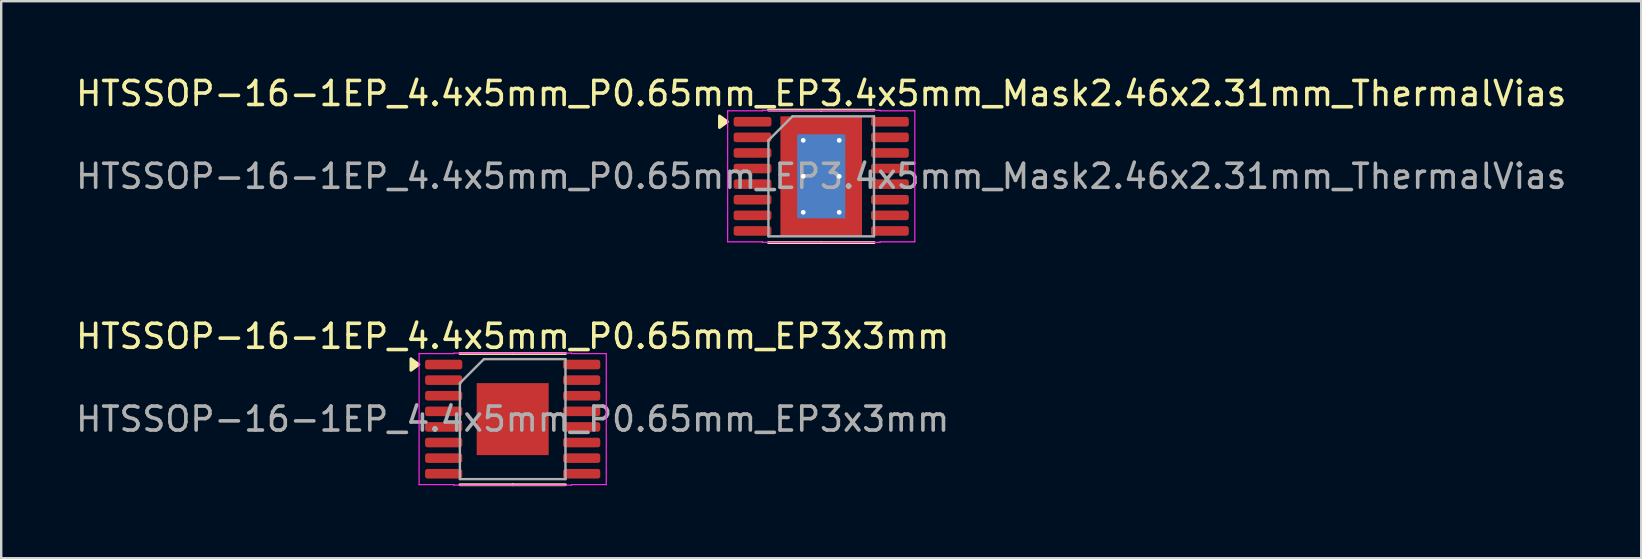
<source format=kicad_pcb>
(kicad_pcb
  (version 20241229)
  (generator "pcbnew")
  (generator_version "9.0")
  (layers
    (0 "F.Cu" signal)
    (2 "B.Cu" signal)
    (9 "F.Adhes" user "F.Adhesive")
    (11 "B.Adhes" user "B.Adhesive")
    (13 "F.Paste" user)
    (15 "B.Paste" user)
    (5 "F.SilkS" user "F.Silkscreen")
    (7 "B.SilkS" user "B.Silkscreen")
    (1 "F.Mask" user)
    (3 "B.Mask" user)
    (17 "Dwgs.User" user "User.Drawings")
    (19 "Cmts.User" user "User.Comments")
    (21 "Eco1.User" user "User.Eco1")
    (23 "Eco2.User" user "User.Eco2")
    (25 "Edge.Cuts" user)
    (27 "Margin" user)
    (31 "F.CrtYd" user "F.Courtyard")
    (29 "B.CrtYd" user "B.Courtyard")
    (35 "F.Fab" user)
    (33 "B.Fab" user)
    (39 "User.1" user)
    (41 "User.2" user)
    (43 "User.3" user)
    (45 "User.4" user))
  (footprint "HTSSOP-16-1EP_4.4x5mm_P0.65mm_EP3.4x5mm_Mask2.46x2.31mm_ThermalVias"
    (layer "F.Cu")
    (at 31.173 4.298)
    (property "Reference" "HTSSOP-16-1EP_4.4x5mm_P0.65mm_EP3.4x5mm_Mask2.46x2.31mm_ThermalVias" (at 0 -3.45 0) (layer "F.SilkS") (effects (font (size 1 1) (thickness 0.15))))
    (attr smd)
    (fp_line (start 0 -2.76) (end -2.2 -2.76) (stroke (width 0.12) (type solid)) (layer "F.SilkS"))
    (fp_line (start 0 -2.76) (end 2.2 -2.76) (stroke (width 0.12) (type solid)) (layer "F.SilkS"))
    (fp_line (start 0 2.76) (end -2.2 2.76) (stroke (width 0.12) (type solid)) (layer "F.SilkS"))
    (fp_line (start 0 2.76) (end 2.2 2.76) (stroke (width 0.12) (type solid)) (layer "F.SilkS"))
    (fp_poly (pts (xy -3.91 -2.275) (xy -4.24 -2.035) (xy -4.24 -2.515)) (stroke (width 0.12) (type solid)) (fill yes) (layer "F.SilkS"))
    (fp_line (start -3.9 -2.73) (end -2.45 -2.73) (stroke (width 0.05) (type solid)) (layer "F.CrtYd"))
    (fp_line (start -3.9 2.73) (end -3.9 -2.73) (stroke (width 0.05) (type solid)) (layer "F.CrtYd"))
    (fp_line (start -2.45 -2.75) (end 2.45 -2.75) (stroke (width 0.05) (type solid)) (layer "F.CrtYd"))
    (fp_line (start -2.45 -2.73) (end -2.45 -2.75) (stroke (width 0.05) (type solid)) (layer "F.CrtYd"))
    (fp_line (start -2.45 2.73) (end -3.9 2.73) (stroke (width 0.05) (type solid)) (layer "F.CrtYd"))
    (fp_line (start -2.45 2.75) (end -2.45 2.73) (stroke (width 0.05) (type solid)) (layer "F.CrtYd"))
    (fp_line (start 2.45 -2.75) (end 2.45 -2.73) (stroke (width 0.05) (type solid)) (layer "F.CrtYd"))
    (fp_line (start 2.45 -2.73) (end 3.9 -2.73) (stroke (width 0.05) (type solid)) (layer "F.CrtYd"))
    (fp_line (start 2.45 2.73) (end 2.45 2.75) (stroke (width 0.05) (type solid)) (layer "F.CrtYd"))
    (fp_line (start 2.45 2.75) (end -2.45 2.75) (stroke (width 0.05) (type solid)) (layer "F.CrtYd"))
    (fp_line (start 3.9 -2.73) (end 3.9 2.73) (stroke (width 0.05) (type solid)) (layer "F.CrtYd"))
    (fp_line (start 3.9 2.73) (end 2.45 2.73) (stroke (width 0.05) (type solid)) (layer "F.CrtYd"))
    (fp_line (start -2.2 -1.5) (end -1.2 -2.5) (stroke (width 0.1) (type solid)) (layer "F.Fab"))
    (fp_line (start -2.2 2.5) (end -2.2 -1.5) (stroke (width 0.1) (type solid)) (layer "F.Fab"))
    (fp_line (start -1.2 -2.5) (end 2.2 -2.5) (stroke (width 0.1) (type solid)) (layer "F.Fab"))
    (fp_line (start 2.2 -2.5) (end 2.2 2.5) (stroke (width 0.1) (type solid)) (layer "F.Fab"))
    (fp_line (start 2.2 2.5) (end -2.2 2.5) (stroke (width 0.1) (type solid)) (layer "F.Fab"))
    (fp_text user "${REFERENCE}" (at 0 0 0) (layer "F.Fab") (effects (font (size 1 1) (thickness 0.15))))
    (pad "" smd roundrect (at 0 -0.58) (size 1.98 0.93) (layers "F.Paste") (roundrect_rratio 0.25))
    (pad "" smd rect (at 0 0) (size 2.46 2.31) (layers "F.Mask"))
    (pad "" smd roundrect (at 0 0.58) (size 1.98 0.93) (layers "F.Paste") (roundrect_rratio 0.25))
    (pad "1" smd roundrect (at -2.862 -2.275) (size 1.575 0.4) (layers "F.Cu" "F.Mask" "F.Paste") (roundrect_rratio 0.25))
    (pad "2" smd roundrect (at -2.862 -1.625) (size 1.575 0.4) (layers "F.Cu" "F.Mask" "F.Paste") (roundrect_rratio 0.25))
    (pad "3" smd roundrect (at -2.862 -0.975) (size 1.575 0.4) (layers "F.Cu" "F.Mask" "F.Paste") (roundrect_rratio 0.25))
    (pad "4" smd roundrect (at -2.862 -0.325) (size 1.575 0.4) (layers "F.Cu" "F.Mask" "F.Paste") (roundrect_rratio 0.25))
    (pad "5" smd roundrect (at -2.862 0.325) (size 1.575 0.4) (layers "F.Cu" "F.Mask" "F.Paste") (roundrect_rratio 0.25))
    (pad "6" smd roundrect (at -2.862 0.975) (size 1.575 0.4) (layers "F.Cu" "F.Mask" "F.Paste") (roundrect_rratio 0.25))
    (pad "7" smd roundrect (at -2.862 1.625) (size 1.575 0.4) (layers "F.Cu" "F.Mask" "F.Paste") (roundrect_rratio 0.25))
    (pad "8" smd roundrect (at -2.862 2.275) (size 1.575 0.4) (layers "F.Cu" "F.Mask" "F.Paste") (roundrect_rratio 0.25))
    (pad "9" smd roundrect (at 2.862 2.275) (size 1.575 0.4) (layers "F.Cu" "F.Mask" "F.Paste") (roundrect_rratio 0.25))
    (pad "10" smd roundrect (at 2.862 1.625) (size 1.575 0.4) (layers "F.Cu" "F.Mask" "F.Paste") (roundrect_rratio 0.25))
    (pad "11" smd roundrect (at 2.862 0.975) (size 1.575 0.4) (layers "F.Cu" "F.Mask" "F.Paste") (roundrect_rratio 0.25))
    (pad "12" smd roundrect (at 2.862 0.325) (size 1.575 0.4) (layers "F.Cu" "F.Mask" "F.Paste") (roundrect_rratio 0.25))
    (pad "13" smd roundrect (at 2.862 -0.325) (size 1.575 0.4) (layers "F.Cu" "F.Mask" "F.Paste") (roundrect_rratio 0.25))
    (pad "14" smd roundrect (at 2.862 -0.975) (size 1.575 0.4) (layers "F.Cu" "F.Mask" "F.Paste") (roundrect_rratio 0.25))
    (pad "15" smd roundrect (at 2.862 -1.625) (size 1.575 0.4) (layers "F.Cu" "F.Mask" "F.Paste") (roundrect_rratio 0.25))
    (pad "16" smd roundrect (at 2.862 -2.275) (size 1.575 0.4) (layers "F.Cu" "F.Mask" "F.Paste") (roundrect_rratio 0.25))
    (pad "17" thru_hole circle (at -0.75 -1.5) (size 0.5 0.5) (drill 0.2) (property pad_prop_heatsink) (layers "*.Cu"))
    (pad "17" thru_hole circle (at -0.75 0) (size 0.5 0.5) (drill 0.2) (property pad_prop_heatsink) (layers "*.Cu"))
    (pad "17" thru_hole circle (at -0.75 1.5) (size 0.5 0.5) (drill 0.2) (property pad_prop_heatsink) (layers "*.Cu"))
    (pad "17" smd rect (at 0 0) (size 2 3.5) (property pad_prop_heatsink) (layers "B.Cu"))
    (pad "17" smd rect (at 0 0) (size 3.4 5) (property pad_prop_heatsink) (layers "F.Cu"))
    (pad "17" thru_hole circle (at 0.75 -1.5) (size 0.5 0.5) (drill 0.2) (property pad_prop_heatsink) (layers "*.Cu"))
    (pad "17" thru_hole circle (at 0.75 0) (size 0.5 0.5) (drill 0.2) (property pad_prop_heatsink) (layers "*.Cu"))
    (pad "17" thru_hole circle (at 0.75 1.5) (size 0.5 0.5) (drill 0.2) (property pad_prop_heatsink) (layers "*.Cu")))
  (footprint "HTSSOP-16-1EP_4.4x5mm_P0.65mm_EP3x3mm"
    (layer "F.Cu")
    (at 18.315 14.416)
    (property "Reference" "HTSSOP-16-1EP_4.4x5mm_P0.65mm_EP3x3mm" (at 0 -3.45 0) (layer "F.SilkS") (effects (font (size 1 1) (thickness 0.15))))
    (attr smd)
    (fp_line (start 0 -2.735) (end -2.2 -2.735) (stroke (width 0.12) (type solid)) (layer "F.SilkS"))
    (fp_line (start 0 -2.735) (end 2.2 -2.735) (stroke (width 0.12) (type solid)) (layer "F.SilkS"))
    (fp_line (start 0 2.735) (end -2.2 2.735) (stroke (width 0.12) (type solid)) (layer "F.SilkS"))
    (fp_line (start 0 2.735) (end 2.2 2.735) (stroke (width 0.12) (type solid)) (layer "F.SilkS"))
    (fp_poly (pts (xy -3.91 -2.275) (xy -4.24 -2.035) (xy -4.24 -2.515)) (stroke (width 0.12) (type solid)) (fill yes) (layer "F.SilkS"))
    (fp_line (start -3.9 -2.73) (end -2.45 -2.73) (stroke (width 0.05) (type solid)) (layer "F.CrtYd"))
    (fp_line (start -3.9 2.73) (end -3.9 -2.73) (stroke (width 0.05) (type solid)) (layer "F.CrtYd"))
    (fp_line (start -2.45 -2.75) (end 2.45 -2.75) (stroke (width 0.05) (type solid)) (layer "F.CrtYd"))
    (fp_line (start -2.45 -2.73) (end -2.45 -2.75) (stroke (width 0.05) (type solid)) (layer "F.CrtYd"))
    (fp_line (start -2.45 2.73) (end -3.9 2.73) (stroke (width 0.05) (type solid)) (layer "F.CrtYd"))
    (fp_line (start -2.45 2.75) (end -2.45 2.73) (stroke (width 0.05) (type solid)) (layer "F.CrtYd"))
    (fp_line (start 2.45 -2.75) (end 2.45 -2.73) (stroke (width 0.05) (type solid)) (layer "F.CrtYd"))
    (fp_line (start 2.45 -2.73) (end 3.9 -2.73) (stroke (width 0.05) (type solid)) (layer "F.CrtYd"))
    (fp_line (start 2.45 2.73) (end 2.45 2.75) (stroke (width 0.05) (type solid)) (layer "F.CrtYd"))
    (fp_line (start 2.45 2.75) (end -2.45 2.75) (stroke (width 0.05) (type solid)) (layer "F.CrtYd"))
    (fp_line (start 3.9 -2.73) (end 3.9 2.73) (stroke (width 0.05) (type solid)) (layer "F.CrtYd"))
    (fp_line (start 3.9 2.73) (end 2.45 2.73) (stroke (width 0.05) (type solid)) (layer "F.CrtYd"))
    (fp_line (start -2.2 -1.5) (end -1.2 -2.5) (stroke (width 0.1) (type solid)) (layer "F.Fab"))
    (fp_line (start -2.2 2.5) (end -2.2 -1.5) (stroke (width 0.1) (type solid)) (layer "F.Fab"))
    (fp_line (start -1.2 -2.5) (end 2.2 -2.5) (stroke (width 0.1) (type solid)) (layer "F.Fab"))
    (fp_line (start 2.2 -2.5) (end 2.2 2.5) (stroke (width 0.1) (type solid)) (layer "F.Fab"))
    (fp_line (start 2.2 2.5) (end -2.2 2.5) (stroke (width 0.1) (type solid)) (layer "F.Fab"))
    (fp_text user "${REFERENCE}" (at 0 0 0) (layer "F.Fab") (effects (font (size 1 1) (thickness 0.15))))
    (pad "" smd roundrect (at -0.75 -0.75) (size 1.21 1.21) (layers "F.Paste") (roundrect_rratio 0.207))
    (pad "" smd roundrect (at -0.75 0.75) (size 1.21 1.21) (layers "F.Paste") (roundrect_rratio 0.207))
    (pad "" smd roundrect (at 0.75 -0.75) (size 1.21 1.21) (layers "F.Paste") (roundrect_rratio 0.207))
    (pad "" smd roundrect (at 0.75 0.75) (size 1.21 1.21) (layers "F.Paste") (roundrect_rratio 0.207))
    (pad "1" smd roundrect (at -2.875 -2.275) (size 1.55 0.4) (layers "F.Cu" "F.Mask" "F.Paste") (roundrect_rratio 0.25))
    (pad "2" smd roundrect (at -2.875 -1.625) (size 1.55 0.4) (layers "F.Cu" "F.Mask" "F.Paste") (roundrect_rratio 0.25))
    (pad "3" smd roundrect (at -2.875 -0.975) (size 1.55 0.4) (layers "F.Cu" "F.Mask" "F.Paste") (roundrect_rratio 0.25))
    (pad "4" smd roundrect (at -2.875 -0.325) (size 1.55 0.4) (layers "F.Cu" "F.Mask" "F.Paste") (roundrect_rratio 0.25))
    (pad "5" smd roundrect (at -2.875 0.325) (size 1.55 0.4) (layers "F.Cu" "F.Mask" "F.Paste") (roundrect_rratio 0.25))
    (pad "6" smd roundrect (at -2.875 0.975) (size 1.55 0.4) (layers "F.Cu" "F.Mask" "F.Paste") (roundrect_rratio 0.25))
    (pad "7" smd roundrect (at -2.875 1.625) (size 1.55 0.4) (layers "F.Cu" "F.Mask" "F.Paste") (roundrect_rratio 0.25))
    (pad "8" smd roundrect (at -2.875 2.275) (size 1.55 0.4) (layers "F.Cu" "F.Mask" "F.Paste") (roundrect_rratio 0.25))
    (pad "9" smd roundrect (at 2.875 2.275) (size 1.55 0.4) (layers "F.Cu" "F.Mask" "F.Paste") (roundrect_rratio 0.25))
    (pad "10" smd roundrect (at 2.875 1.625) (size 1.55 0.4) (layers "F.Cu" "F.Mask" "F.Paste") (roundrect_rratio 0.25))
    (pad "11" smd roundrect (at 2.875 0.975) (size 1.55 0.4) (layers "F.Cu" "F.Mask" "F.Paste") (roundrect_rratio 0.25))
    (pad "12" smd roundrect (at 2.875 0.325) (size 1.55 0.4) (layers "F.Cu" "F.Mask" "F.Paste") (roundrect_rratio 0.25))
    (pad "13" smd roundrect (at 2.875 -0.325) (size 1.55 0.4) (layers "F.Cu" "F.Mask" "F.Paste") (roundrect_rratio 0.25))
    (pad "14" smd roundrect (at 2.875 -0.975) (size 1.55 0.4) (layers "F.Cu" "F.Mask" "F.Paste") (roundrect_rratio 0.25))
    (pad "15" smd roundrect (at 2.875 -1.625) (size 1.55 0.4) (layers "F.Cu" "F.Mask" "F.Paste") (roundrect_rratio 0.25))
    (pad "16" smd roundrect (at 2.875 -2.275) (size 1.55 0.4) (layers "F.Cu" "F.Mask" "F.Paste") (roundrect_rratio 0.25))
    (pad "17" smd rect (at 0 0) (size 3 3) (property pad_prop_heatsink) (layers "F.Cu" "F.Mask")))
  (gr_rect
    (start -3 -3)
    (end 65.345 20.212)
    (stroke (width 0.1) (type default))
    (fill no)
    (layer "Edge.Cuts")))
</source>
